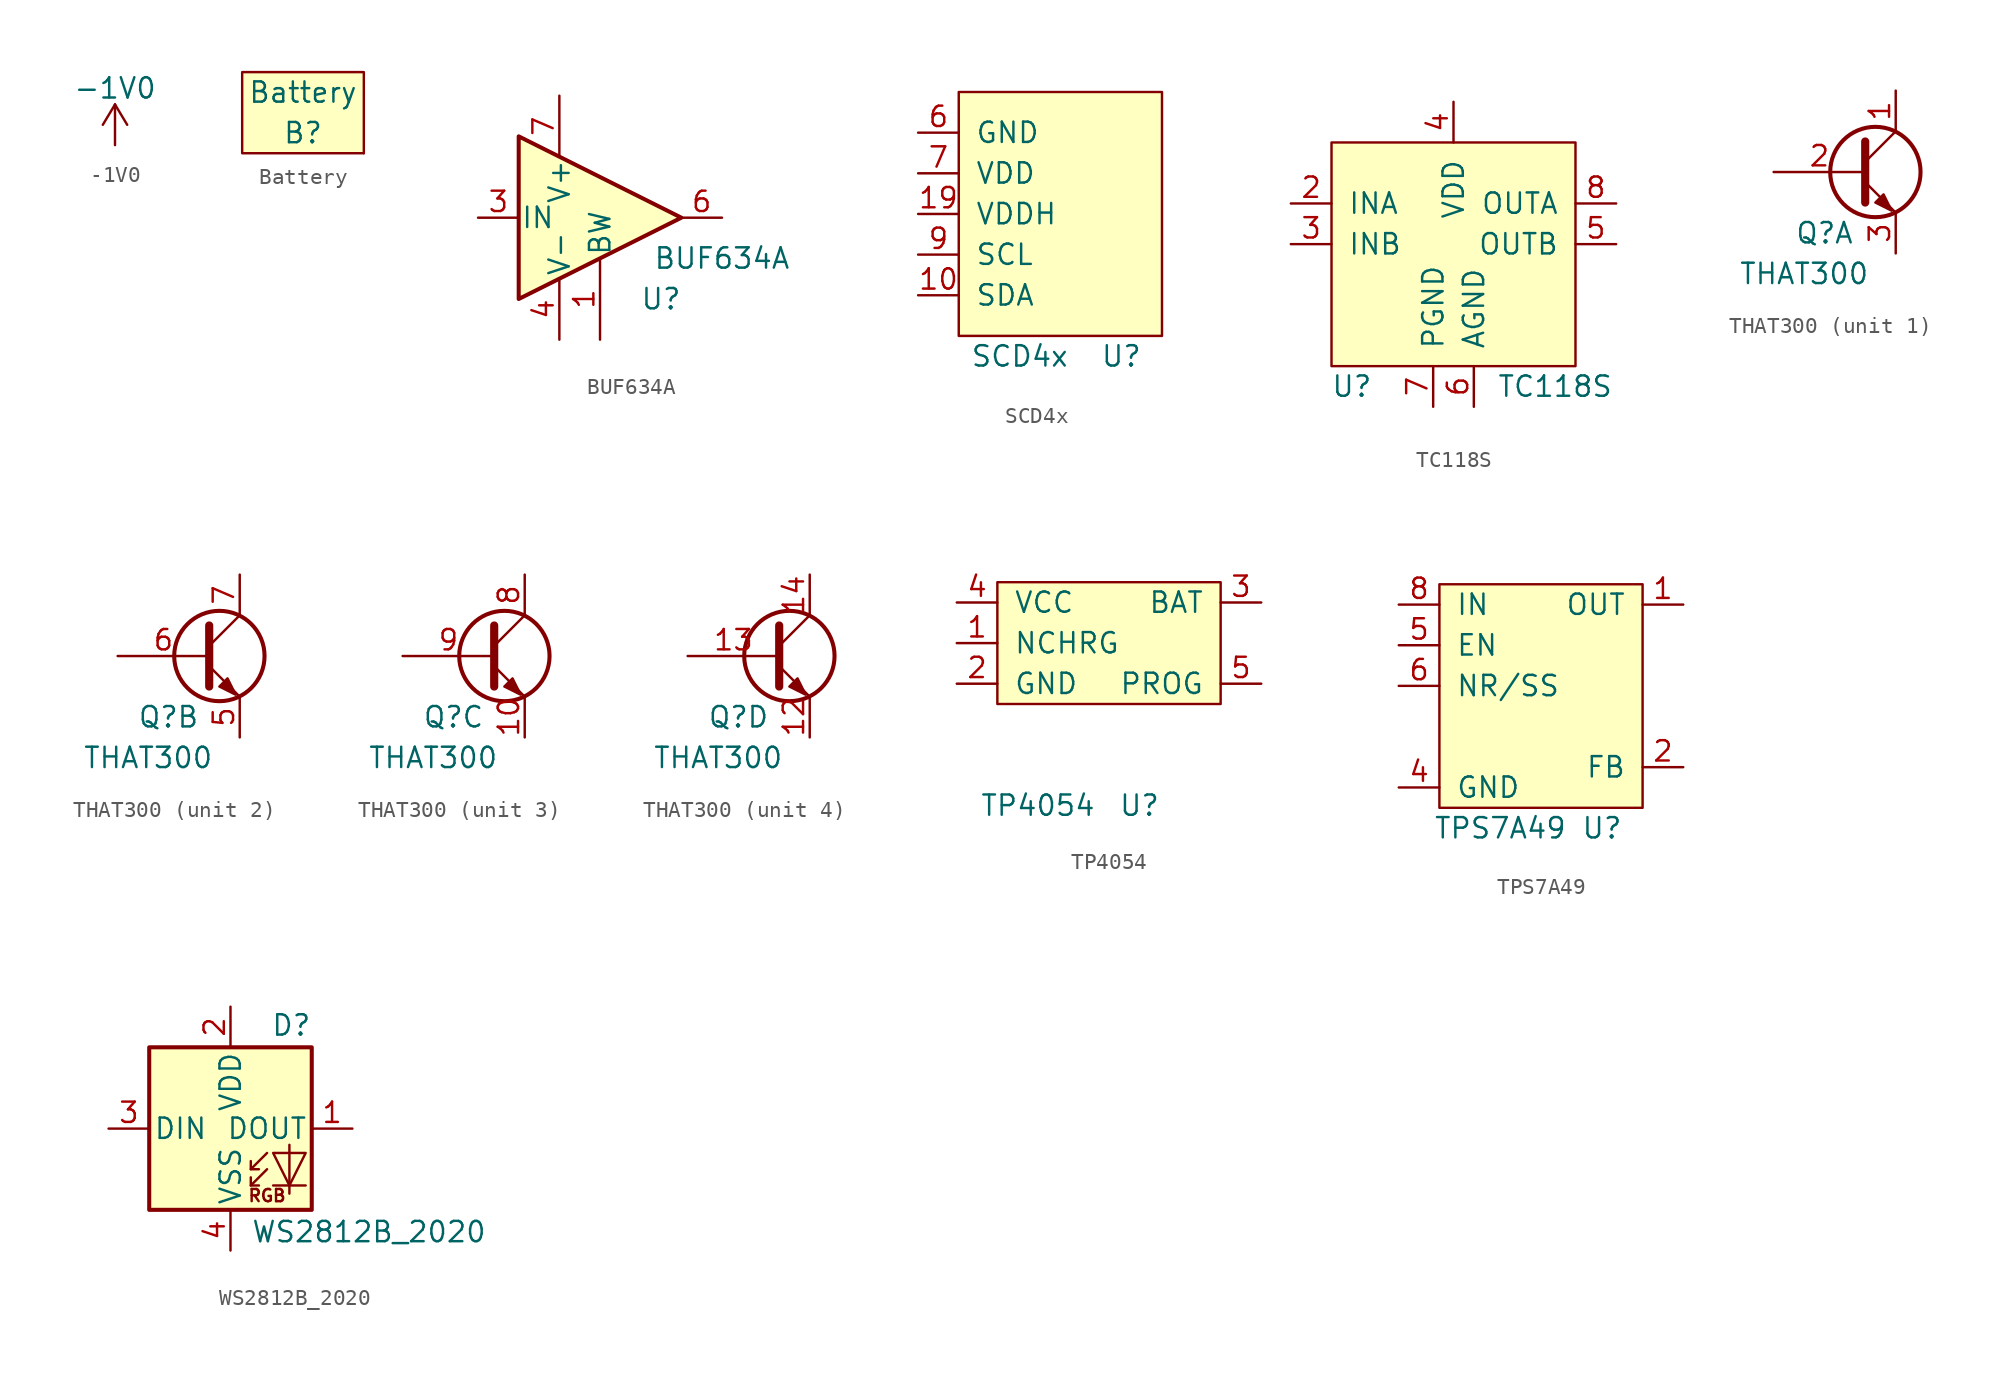
<source format=kicad_sym>
(kicad_symbol_lib
  (version 20211014)
  (generator kicad_symbol_editor)
  (symbol "-1V0"
    (power)
    (pin_names
      (offset 0))
    (property "Reference" "#PWR"
      (at 0 -3.81 0)
      (effects (font (size 1.27 1.27)) hide))
    (property "Value" "-1V0"
      (at 0 3.556 0)
      (effects (font (size 1.27 1.27))))
    (symbol "-1V0_0_1"
      (polyline (pts (xy -0.762 1.27) (xy 0 2.54)) (stroke (width 0) (type default) (color 0 0 0 0)) (fill (type none)))
      (polyline (pts (xy 0 0) (xy 0 2.54)) (stroke (width 0) (type default) (color 0 0 0 0)) (fill (type none)))
      (polyline (pts (xy 0 2.54) (xy 0.762 1.27)) (stroke (width 0) (type default) (color 0 0 0 0)) (fill (type none))))
    (symbol "-1V0_1_1"
      (pin power_in line (at 0 0 90) (length 0) hide (name "+1V0" (effects (font (size 1.27 1.27)))) (number "1" (effects (font (size 1.27 1.27)))))))
  (symbol "Battery"
    (pin_names
      (offset 1.016))
    (property "Reference" "B"
      (at 0 -2.54 0)
      (effects (font (size 1.27 1.27))))
    (property "Value" "Battery"
      (at 0 0 0)
      (effects (font (size 1.27 1.27))))
    (symbol "Battery_0_1"
      (rectangle (start -3.81 1.27) (end 3.81 -3.81) (stroke (width 0) (type default) (color 0 0 0 0)) (fill (type background)))
      (rectangle (start 3.81 -3.81) (end 3.81 -3.81) (stroke (width 0) (type default) (color 0 0 0 0)) (fill (type none)))))
  (symbol "BUF634A"
    (pin_names
      (offset 0.127))
    (property "Reference" "U"
      (at 3.81 -5.08 0)
      (effects (font (size 1.27 1.27))))
    (property "Value" "BUF634A"
      (at 7.62 -2.54 0)
      (effects (font (size 1.27 1.27))))
    (symbol "BUF634A_0_1"
      (polyline (pts (xy 5.08 0) (xy -5.08 5.08) (xy -5.08 -5.08) (xy 5.08 0)) (stroke (width 0.254) (type default) (color 0 0 0 0)) (fill (type background))))
    (symbol "BUF634A_1_1"
      (pin input line (at 0 -7.62 90) (length 5.08) (name "BW" (effects (font (size 1.27 1.27)))) (number "1" (effects (font (size 1.27 1.27)))))
      (pin no_connect line (at -5.08 5.08 0) (length 2.54) hide (name "NC" (effects (font (size 1.27 1.27)))) (number "2" (effects (font (size 1.27 1.27)))))
      (pin input line (at -7.62 0 0) (length 2.54) (name "IN" (effects (font (size 1.27 1.27)))) (number "3" (effects (font (size 1.27 1.27)))))
      (pin power_in line (at -2.54 -7.62 90) (length 3.81) (name "V-" (effects (font (size 1.27 1.27)))) (number "4" (effects (font (size 1.27 1.27)))))
      (pin no_connect line (at -5.08 2.54 0) (length 2.54) hide (name "NC" (effects (font (size 1.27 1.27)))) (number "5" (effects (font (size 1.27 1.27)))))
      (pin output line (at 7.62 0 180) (length 2.54) (name "~" (effects (font (size 1.27 1.27)))) (number "6" (effects (font (size 1.27 1.27)))))
      (pin power_in line (at -2.54 7.62 270) (length 3.81) (name "V+" (effects (font (size 1.27 1.27)))) (number "7" (effects (font (size 1.27 1.27)))))
      (pin no_connect line (at -5.08 -2.54 0) (length 2.54) hide (name "NC" (effects (font (size 1.27 1.27)))) (number "8" (effects (font (size 1.27 1.27)))))))
  (symbol "SCD4x"
    (pin_names
      (offset 1.016))
    (property "Reference" "U"
      (at 7.62 -6.35 0)
      (effects (font (size 1.27 1.27))))
    (property "Value" "SCD4x"
      (at 1.27 -6.35 0)
      (effects (font (size 1.27 1.27))))
    (symbol "SCD4x_0_1"
      (rectangle (start -2.54 10.16) (end 10.16 -5.08) (stroke (width 0) (type default) (color 0 0 0 0)) (fill (type background))))
    (symbol "SCD4x_1_1"
      (pin no_connect line (at 8.89 7.62 90) (length 2.54) hide (name "DNC" (effects (font (size 1.27 1.27)))) (number "1" (effects (font (size 1.27 1.27)))))
      (pin bidirectional line (at -5.08 -2.54 0) (length 2.54) (name "SDA" (effects (font (size 1.27 1.27)))) (number "10" (effects (font (size 1.27 1.27)))))
      (pin no_connect line (at 7.62 7.62 90) (length 2.54) hide (name "DNC" (effects (font (size 1.27 1.27)))) (number "11" (effects (font (size 1.27 1.27)))))
      (pin no_connect line (at 6.35 7.62 90) (length 2.54) hide (name "DNC" (effects (font (size 1.27 1.27)))) (number "12" (effects (font (size 1.27 1.27)))))
      (pin no_connect line (at 5.08 7.62 90) (length 2.54) hide (name "DNC" (effects (font (size 1.27 1.27)))) (number "13" (effects (font (size 1.27 1.27)))))
      (pin no_connect line (at 3.81 7.62 90) (length 2.54) hide (name "DNC" (effects (font (size 1.27 1.27)))) (number "14" (effects (font (size 1.27 1.27)))))
      (pin no_connect line (at 8.89 3.81 90) (length 2.54) hide (name "DNC" (effects (font (size 1.27 1.27)))) (number "15" (effects (font (size 1.27 1.27)))))
      (pin no_connect line (at 7.62 3.81 90) (length 2.54) hide (name "DNC" (effects (font (size 1.27 1.27)))) (number "16" (effects (font (size 1.27 1.27)))))
      (pin no_connect line (at 6.35 3.81 90) (length 2.54) hide (name "DNC" (effects (font (size 1.27 1.27)))) (number "17" (effects (font (size 1.27 1.27)))))
      (pin no_connect line (at 5.08 3.81 90) (length 2.54) hide (name "DNC" (effects (font (size 1.27 1.27)))) (number "18" (effects (font (size 1.27 1.27)))))
      (pin power_in line (at -5.08 2.54 0) (length 2.54) (name "VDDH" (effects (font (size 1.27 1.27)))) (number "19" (effects (font (size 1.27 1.27)))))
      (pin no_connect line (at 3.81 3.81 90) (length 2.54) hide (name "DNC" (effects (font (size 1.27 1.27)))) (number "2" (effects (font (size 1.27 1.27)))))
      (pin power_in line (at -5.08 7.62 0) (length 2.54) hide (name "GND" (effects (font (size 1.27 1.27)))) (number "20" (effects (font (size 1.27 1.27)))))
      (pin power_in line (at -5.08 7.62 0) (length 2.54) hide (name "GND" (effects (font (size 1.27 1.27)))) (number "21" (effects (font (size 1.27 1.27)))))
      (pin no_connect line (at 8.89 0 90) (length 2.54) hide (name "DNC" (effects (font (size 1.27 1.27)))) (number "3" (effects (font (size 1.27 1.27)))))
      (pin no_connect line (at 7.62 0 90) (length 2.54) hide (name "DNC" (effects (font (size 1.27 1.27)))) (number "4" (effects (font (size 1.27 1.27)))))
      (pin no_connect line (at 6.35 0 90) (length 2.54) hide (name "DNC" (effects (font (size 1.27 1.27)))) (number "5" (effects (font (size 1.27 1.27)))))
      (pin power_in line (at -5.08 7.62 0) (length 2.54) (name "GND" (effects (font (size 1.27 1.27)))) (number "6" (effects (font (size 1.27 1.27)))))
      (pin power_in line (at -5.08 5.08 0) (length 2.54) (name "VDD" (effects (font (size 1.27 1.27)))) (number "7" (effects (font (size 1.27 1.27)))))
      (pin no_connect line (at 5.08 1.27 90) (length 2.54) hide (name "DNC" (effects (font (size 1.27 1.27)))) (number "8" (effects (font (size 1.27 1.27)))))
      (pin bidirectional line (at -5.08 0 0) (length 2.54) (name "SCL" (effects (font (size 1.27 1.27)))) (number "9" (effects (font (size 1.27 1.27)))))))
  (symbol "TC118S"
    (pin_names
      (offset 1.016))
    (property "Reference" "U"
      (at 1.27 -1.27 0)
      (effects (font (size 1.27 1.27))))
    (property "Value" "TC118S"
      (at 13.97 -1.27 0)
      (effects (font (size 1.27 1.27))))
    (symbol "TC118S_0_1"
      (rectangle (start 0 13.97) (end 15.24 0) (stroke (width 0) (type default) (color 0 0 0 0)) (fill (type background))))
    (symbol "TC118S_1_1"
      (pin no_connect line (at 6.35 7.62 90) (length 2.54) hide (name "NC" (effects (font (size 1.27 1.27)))) (number "1" (effects (font (size 1.27 1.27)))))
      (pin input line (at -2.54 10.16 0) (length 2.54) (name "INA" (effects (font (size 1.27 1.27)))) (number "2" (effects (font (size 1.27 1.27)))))
      (pin input line (at -2.54 7.62 0) (length 2.54) (name "INB" (effects (font (size 1.27 1.27)))) (number "3" (effects (font (size 1.27 1.27)))))
      (pin power_in line (at 7.62 16.51 270) (length 2.54) (name "VDD" (effects (font (size 1.27 1.27)))) (number "4" (effects (font (size 1.27 1.27)))))
      (pin power_out line (at 17.78 7.62 180) (length 2.54) (name "OUTB" (effects (font (size 1.27 1.27)))) (number "5" (effects (font (size 1.27 1.27)))))
      (pin power_in line (at 8.89 -2.54 90) (length 2.54) (name "AGND" (effects (font (size 1.27 1.27)))) (number "6" (effects (font (size 1.27 1.27)))))
      (pin power_in line (at 6.35 -2.54 90) (length 2.54) (name "PGND" (effects (font (size 1.27 1.27)))) (number "7" (effects (font (size 1.27 1.27)))))
      (pin power_out line (at 17.78 10.16 180) (length 2.54) (name "OUTA" (effects (font (size 1.27 1.27)))) (number "8" (effects (font (size 1.27 1.27)))))))
  (symbol "THAT300"
    (pin_names hide)
    (property "Reference" "Q"
      (at -4.445 11.43 0)
      (effects (font (size 1.27 1.27))))
    (property "Value" "THAT300"
      (at -5.715 8.89 0)
      (effects (font (size 1.27 1.27))))
    (symbol "THAT300_0_1"
      (circle (center -1.27 15.24) (radius 2.819) (stroke (width 0.254) (type default) (color 0 0 0 0)) (fill (type none)))
      (polyline (pts (xy -1.905 15.875) (xy 0 17.78)) (stroke (width 0) (type default) (color 0 0 0 0)) (fill (type none)))
      (polyline (pts (xy -1.905 14.605) (xy 0 12.7) (xy 0 12.7)) (stroke (width 0) (type default) (color 0 0 0 0)) (fill (type none)))
      (polyline (pts (xy -1.905 17.145) (xy -1.905 13.335) (xy -1.905 13.335)) (stroke (width 0.508) (type default) (color 0 0 0 0)) (fill (type none)))
      (polyline (pts (xy -1.27 13.335) (xy -0.762 13.843) (xy -0.254 12.827) (xy -1.27 13.335) (xy -1.27 13.335)) (stroke (width 0) (type default) (color 0 0 0 0)) (fill (type outline))))
    (symbol "THAT300_1_1"
      (pin passive line (at 0 20.32 270) (length 2.54) (name "C" (effects (font (size 1.27 1.27)))) (number "1" (effects (font (size 1.27 1.27)))))
      (pin no_connect line (at -1.27 15.875 270) (length 2.54) hide (name "SUB" (effects (font (size 1.27 1.27)))) (number "11" (effects (font (size 1.27 1.27)))))
      (pin input line (at -7.62 15.24 0) (length 5.715) (name "B" (effects (font (size 1.27 1.27)))) (number "2" (effects (font (size 1.27 1.27)))))
      (pin passive line (at 0 10.16 90) (length 2.54) (name "E" (effects (font (size 1.27 1.27)))) (number "3" (effects (font (size 1.27 1.27)))))
      (pin no_connect line (at -2.54 15.875 270) (length 2.54) hide (name "SUB" (effects (font (size 1.27 1.27)))) (number "4" (effects (font (size 1.27 1.27))))))
    (symbol "THAT300_2_1"
      (pin passive line (at 0 10.16 90) (length 2.54) (name "E" (effects (font (size 1.27 1.27)))) (number "5" (effects (font (size 1.27 1.27)))))
      (pin input line (at -7.62 15.24 0) (length 5.715) (name "B" (effects (font (size 1.27 1.27)))) (number "6" (effects (font (size 1.27 1.27)))))
      (pin passive line (at 0 20.32 270) (length 2.54) (name "C" (effects (font (size 1.27 1.27)))) (number "7" (effects (font (size 1.27 1.27))))))
    (symbol "THAT300_3_1"
      (pin passive line (at 0 10.16 90) (length 2.54) (name "E" (effects (font (size 1.27 1.27)))) (number "10" (effects (font (size 1.27 1.27)))))
      (pin passive line (at 0 20.32 270) (length 2.54) (name "C" (effects (font (size 1.27 1.27)))) (number "8" (effects (font (size 1.27 1.27)))))
      (pin input line (at -7.62 15.24 0) (length 5.715) (name "B" (effects (font (size 1.27 1.27)))) (number "9" (effects (font (size 1.27 1.27))))))
    (symbol "THAT300_4_1"
      (pin passive line (at 0 10.16 90) (length 2.54) (name "E" (effects (font (size 1.27 1.27)))) (number "12" (effects (font (size 1.27 1.27)))))
      (pin input line (at -7.62 15.24 0) (length 5.715) (name "B" (effects (font (size 1.27 1.27)))) (number "13" (effects (font (size 1.27 1.27)))))
      (pin passive line (at 0 20.32 270) (length 2.54) (name "C" (effects (font (size 1.27 1.27)))) (number "14" (effects (font (size 1.27 1.27)))))))
  (symbol "TP4054"
    (pin_names
      (offset 1.016))
    (property "Reference" "U"
      (at 1.27 -5.08 0)
      (effects (font (size 1.27 1.27))))
    (property "Value" "TP4054"
      (at -5.08 -5.08 0)
      (effects (font (size 1.27 1.27))))
    (symbol "TP4054_0_1"
      (rectangle (start -7.62 8.89) (end 6.35 1.27) (stroke (width 0) (type default) (color 0 0 0 0)) (fill (type background))))
    (symbol "TP4054_1_1"
      (pin open_collector line (at -10.16 5.08 0) (length 2.54) (name "NCHRG" (effects (font (size 1.27 1.27)))) (number "1" (effects (font (size 1.27 1.27)))))
      (pin power_in line (at -10.16 2.54 0) (length 2.54) (name "GND" (effects (font (size 1.27 1.27)))) (number "2" (effects (font (size 1.27 1.27)))))
      (pin power_out line (at 8.89 7.62 180) (length 2.54) (name "BAT" (effects (font (size 1.27 1.27)))) (number "3" (effects (font (size 1.27 1.27)))))
      (pin power_in line (at -10.16 7.62 0) (length 2.54) (name "VCC" (effects (font (size 1.27 1.27)))) (number "4" (effects (font (size 1.27 1.27)))))
      (pin output line (at 8.89 2.54 180) (length 2.54) (name "PROG" (effects (font (size 1.27 1.27)))) (number "5" (effects (font (size 1.27 1.27)))))))
  (symbol "TPS7A49"
    (pin_names
      (offset 1.016))
    (property "Reference" "U"
      (at 8.89 -11.43 0)
      (effects (font (size 1.27 1.27))))
    (property "Value" "TPS7A49"
      (at 2.54 -11.43 0)
      (effects (font (size 1.27 1.27))))
    (symbol "TPS7A49_0_1"
      (rectangle (start -1.27 3.81) (end 11.43 -10.16) (stroke (width 0) (type default) (color 0 0 0 0)) (fill (type background))))
    (symbol "TPS7A49_1_1"
      (pin power_out line (at 13.97 2.54 180) (length 2.54) (name "OUT" (effects (font (size 1.27 1.27)))) (number "1" (effects (font (size 1.27 1.27)))))
      (pin input line (at 13.97 -7.62 180) (length 2.54) (name "FB" (effects (font (size 1.27 1.27)))) (number "2" (effects (font (size 1.27 1.27)))))
      (pin no_connect line (at 3.81 -5.08 180) (length 2.54) hide (name "NC" (effects (font (size 1.27 1.27)))) (number "3" (effects (font (size 1.27 1.27)))))
      (pin power_in line (at -3.81 -8.89 0) (length 2.54) (name "GND" (effects (font (size 1.27 1.27)))) (number "4" (effects (font (size 1.27 1.27)))))
      (pin input line (at -3.81 0 0) (length 2.54) (name "EN" (effects (font (size 1.27 1.27)))) (number "5" (effects (font (size 1.27 1.27)))))
      (pin input line (at -3.81 -2.54 0) (length 2.54) (name "NR/SS" (effects (font (size 1.27 1.27)))) (number "6" (effects (font (size 1.27 1.27)))))
      (pin no_connect line (at 3.81 0 180) (length 2.54) hide (name "DNC" (effects (font (size 1.27 1.27)))) (number "7" (effects (font (size 1.27 1.27)))))
      (pin power_in line (at -3.81 2.54 0) (length 2.54) (name "IN" (effects (font (size 1.27 1.27)))) (number "8" (effects (font (size 1.27 1.27)))))
      (pin passive line (at -3.81 -8.89 0) (length 2.54) hide (name "TP" (effects (font (size 1.27 1.27)))) (number "9" (effects (font (size 1.27 1.27)))))))
  (symbol "WS2812B_2020"
    (pin_names
      (offset 0.254))
    (property "Reference" "D"
      (at 5.08 5.715 0)
      (effects (font (size 1.27 1.27)) (justify right bottom)))
    (property "Value" "WS2812B_2020"
      (at 1.27 -5.715 0)
      (effects (font (size 1.27 1.27)) (justify left top)))
    (symbol "WS2812B_2020_0_0"
      (text "RGB" (at 2.286 -4.191 0) (effects (font (size 0.762 0.762)))))
    (symbol "WS2812B_2020_0_1"
      (polyline (pts (xy 1.27 -3.556) (xy 1.778 -3.556)) (stroke (width 0) (type default) (color 0 0 0 0)) (fill (type none)))
      (polyline (pts (xy 1.27 -2.54) (xy 1.778 -2.54)) (stroke (width 0) (type default) (color 0 0 0 0)) (fill (type none)))
      (polyline (pts (xy 4.699 -3.556) (xy 2.667 -3.556)) (stroke (width 0) (type default) (color 0 0 0 0)) (fill (type none)))
      (polyline (pts (xy 2.286 -2.54) (xy 1.27 -3.556) (xy 1.27 -3.048)) (stroke (width 0) (type default) (color 0 0 0 0)) (fill (type none)))
      (polyline (pts (xy 2.286 -1.524) (xy 1.27 -2.54) (xy 1.27 -2.032)) (stroke (width 0) (type default) (color 0 0 0 0)) (fill (type none)))
      (polyline (pts (xy 3.683 -1.016) (xy 3.683 -3.556) (xy 3.683 -4.064)) (stroke (width 0) (type default) (color 0 0 0 0)) (fill (type none)))
      (polyline (pts (xy 4.699 -1.524) (xy 2.667 -1.524) (xy 3.683 -3.556) (xy 4.699 -1.524)) (stroke (width 0) (type default) (color 0 0 0 0)) (fill (type none)))
      (rectangle (start 5.08 5.08) (end -5.08 -5.08) (stroke (width 0.254) (type default) (color 0 0 0 0)) (fill (type background))))
    (symbol "WS2812B_2020_1_1"
      (pin output line (at 7.62 0 180) (length 2.54) (name "DOUT" (effects (font (size 1.27 1.27)))) (number "1" (effects (font (size 1.27 1.27)))))
      (pin power_in line (at 0 7.62 270) (length 2.54) (name "VDD" (effects (font (size 1.27 1.27)))) (number "2" (effects (font (size 1.27 1.27)))))
      (pin input line (at -7.62 0 0) (length 2.54) (name "DIN" (effects (font (size 1.27 1.27)))) (number "3" (effects (font (size 1.27 1.27)))))
      (pin power_in line (at 0 -7.62 90) (length 2.54) (name "VSS" (effects (font (size 1.27 1.27)))) (number "4" (effects (font (size 1.27 1.27))))))))
</source>
